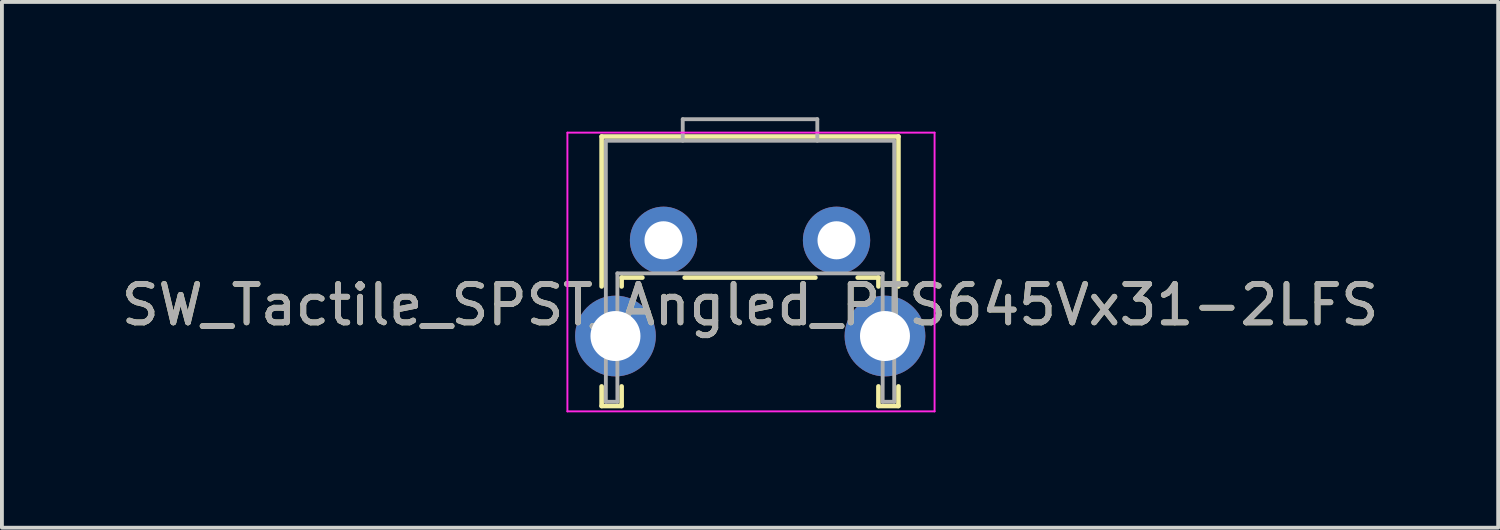
<source format=kicad_pcb>
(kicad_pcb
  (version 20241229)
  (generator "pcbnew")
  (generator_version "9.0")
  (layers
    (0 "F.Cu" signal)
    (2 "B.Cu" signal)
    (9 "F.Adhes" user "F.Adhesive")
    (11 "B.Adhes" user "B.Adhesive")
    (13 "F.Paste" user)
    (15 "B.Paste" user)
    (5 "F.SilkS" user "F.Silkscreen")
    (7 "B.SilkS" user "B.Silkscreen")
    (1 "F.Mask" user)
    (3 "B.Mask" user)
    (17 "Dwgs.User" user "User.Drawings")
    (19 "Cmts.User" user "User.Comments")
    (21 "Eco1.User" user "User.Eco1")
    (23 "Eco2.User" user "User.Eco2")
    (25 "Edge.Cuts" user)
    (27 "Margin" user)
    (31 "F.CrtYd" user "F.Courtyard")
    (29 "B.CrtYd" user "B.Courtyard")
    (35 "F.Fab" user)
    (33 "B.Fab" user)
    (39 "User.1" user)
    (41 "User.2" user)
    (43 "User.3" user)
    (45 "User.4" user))
  (footprint "SW_Tactile_SPST_Angled_PTS645Vx31-2LFS"
    (layer "F.Cu")
    (at 14.208 3.2)
    (property "Reference" "SW_Tactile_SPST_Angled_PTS645Vx31-2LFS" (at 2.25 1.68 0) (layer "F.SilkS") (effects (font (size 1 1) (thickness 0.15))))
    (attr through_hole)
    (fp_line (start -1.61 -2.7) (end -1.61 1.2) (stroke (width 0.12) (type solid)) (layer "F.SilkS"))
    (fp_line (start -1.61 -2.7) (end 6.11 -2.7) (stroke (width 0.12) (type solid)) (layer "F.SilkS"))
    (fp_line (start -1.61 3.8) (end -1.61 4.31) (stroke (width 0.12) (type solid)) (layer "F.SilkS"))
    (fp_line (start -1.61 4.31) (end -1.09 4.31) (stroke (width 0.12) (type solid)) (layer "F.SilkS"))
    (fp_line (start -1.09 0.97) (end -1.09 1.2) (stroke (width 0.12) (type solid)) (layer "F.SilkS"))
    (fp_line (start -1.09 0.97) (end -0.55 0.97) (stroke (width 0.12) (type solid)) (layer "F.SilkS"))
    (fp_line (start -1.09 3.8) (end -1.09 4.31) (stroke (width 0.12) (type solid)) (layer "F.SilkS"))
    (fp_line (start 0.55 0.97) (end 3.95 0.97) (stroke (width 0.12) (type solid)) (layer "F.SilkS"))
    (fp_line (start 5.05 0.97) (end 5.59 0.97) (stroke (width 0.12) (type solid)) (layer "F.SilkS"))
    (fp_line (start 5.59 0.97) (end 5.59 1.2) (stroke (width 0.12) (type solid)) (layer "F.SilkS"))
    (fp_line (start 5.59 3.8) (end 5.59 4.31) (stroke (width 0.12) (type solid)) (layer "F.SilkS"))
    (fp_line (start 5.59 4.31) (end 6.11 4.31) (stroke (width 0.12) (type solid)) (layer "F.SilkS"))
    (fp_line (start 6.11 -2.7) (end 6.11 1.2) (stroke (width 0.12) (type solid)) (layer "F.SilkS"))
    (fp_line (start 6.11 3.8) (end 6.11 4.31) (stroke (width 0.12) (type solid)) (layer "F.SilkS"))
    (fp_line (start -2.5 -2.8) (end 7.05 -2.8) (stroke (width 0.05) (type solid)) (layer "F.CrtYd"))
    (fp_line (start -2.5 4.45) (end -2.5 -2.8) (stroke (width 0.05) (type solid)) (layer "F.CrtYd"))
    (fp_line (start 7.05 -2.8) (end 7.05 4.45) (stroke (width 0.05) (type solid)) (layer "F.CrtYd"))
    (fp_line (start 7.05 4.45) (end -2.5 4.45) (stroke (width 0.05) (type solid)) (layer "F.CrtYd"))
    (fp_line (start -1.5 -2.59) (end 6 -2.59) (stroke (width 0.1) (type solid)) (layer "F.Fab"))
    (fp_line (start -1.5 4.2) (end -1.5 -2.59) (stroke (width 0.1) (type solid)) (layer "F.Fab"))
    (fp_line (start -1.5 4.2) (end -1.2 4.2) (stroke (width 0.1) (type solid)) (layer "F.Fab"))
    (fp_line (start -1.2 0.86) (end 5.7 0.86) (stroke (width 0.1) (type solid)) (layer "F.Fab"))
    (fp_line (start -1.2 4.2) (end -1.2 0.86) (stroke (width 0.1) (type solid)) (layer "F.Fab"))
    (fp_line (start 0.5 -3.15) (end 0.5 -2.59) (stroke (width 0.1) (type solid)) (layer "F.Fab"))
    (fp_line (start 0.5 -3.15) (end 4 -3.15) (stroke (width 0.1) (type solid)) (layer "F.Fab"))
    (fp_line (start 4 -3.15) (end 4 -2.59) (stroke (width 0.1) (type solid)) (layer "F.Fab"))
    (fp_line (start 5.7 4.2) (end 5.7 0.86) (stroke (width 0.1) (type solid)) (layer "F.Fab"))
    (fp_line (start 5.7 4.2) (end 6 4.2) (stroke (width 0.1) (type solid)) (layer "F.Fab"))
    (fp_line (start 6 4.2) (end 6 -2.59) (stroke (width 0.1) (type solid)) (layer "F.Fab"))
    (fp_text user "${REFERENCE}" (at 2.25 1.68 0) (layer "F.Fab") (effects (font (size 1 1) (thickness 0.15))))
    (pad "1" thru_hole circle (at 0 0) (size 1.75 1.75) (drill 0.99) (layers "*.Cu" "*.Mask"))
    (pad "2" thru_hole circle (at 4.5 0) (size 1.75 1.75) (drill 0.99) (layers "*.Cu" "*.Mask"))
    (pad "MP" thru_hole circle (at -1.25 2.49) (size 2.1 2.1) (drill 1.3) (layers "*.Cu" "*.Mask"))
    (pad "MP" thru_hole circle (at 5.76 2.49) (size 2.1 2.1) (drill 1.3) (layers "*.Cu" "*.Mask")))
  (gr_rect
    (start -3 -3)
    (end 35.917 10.675)
    (stroke (width 0.1) (type default))
    (fill no)
    (layer "Edge.Cuts")))
</source>
